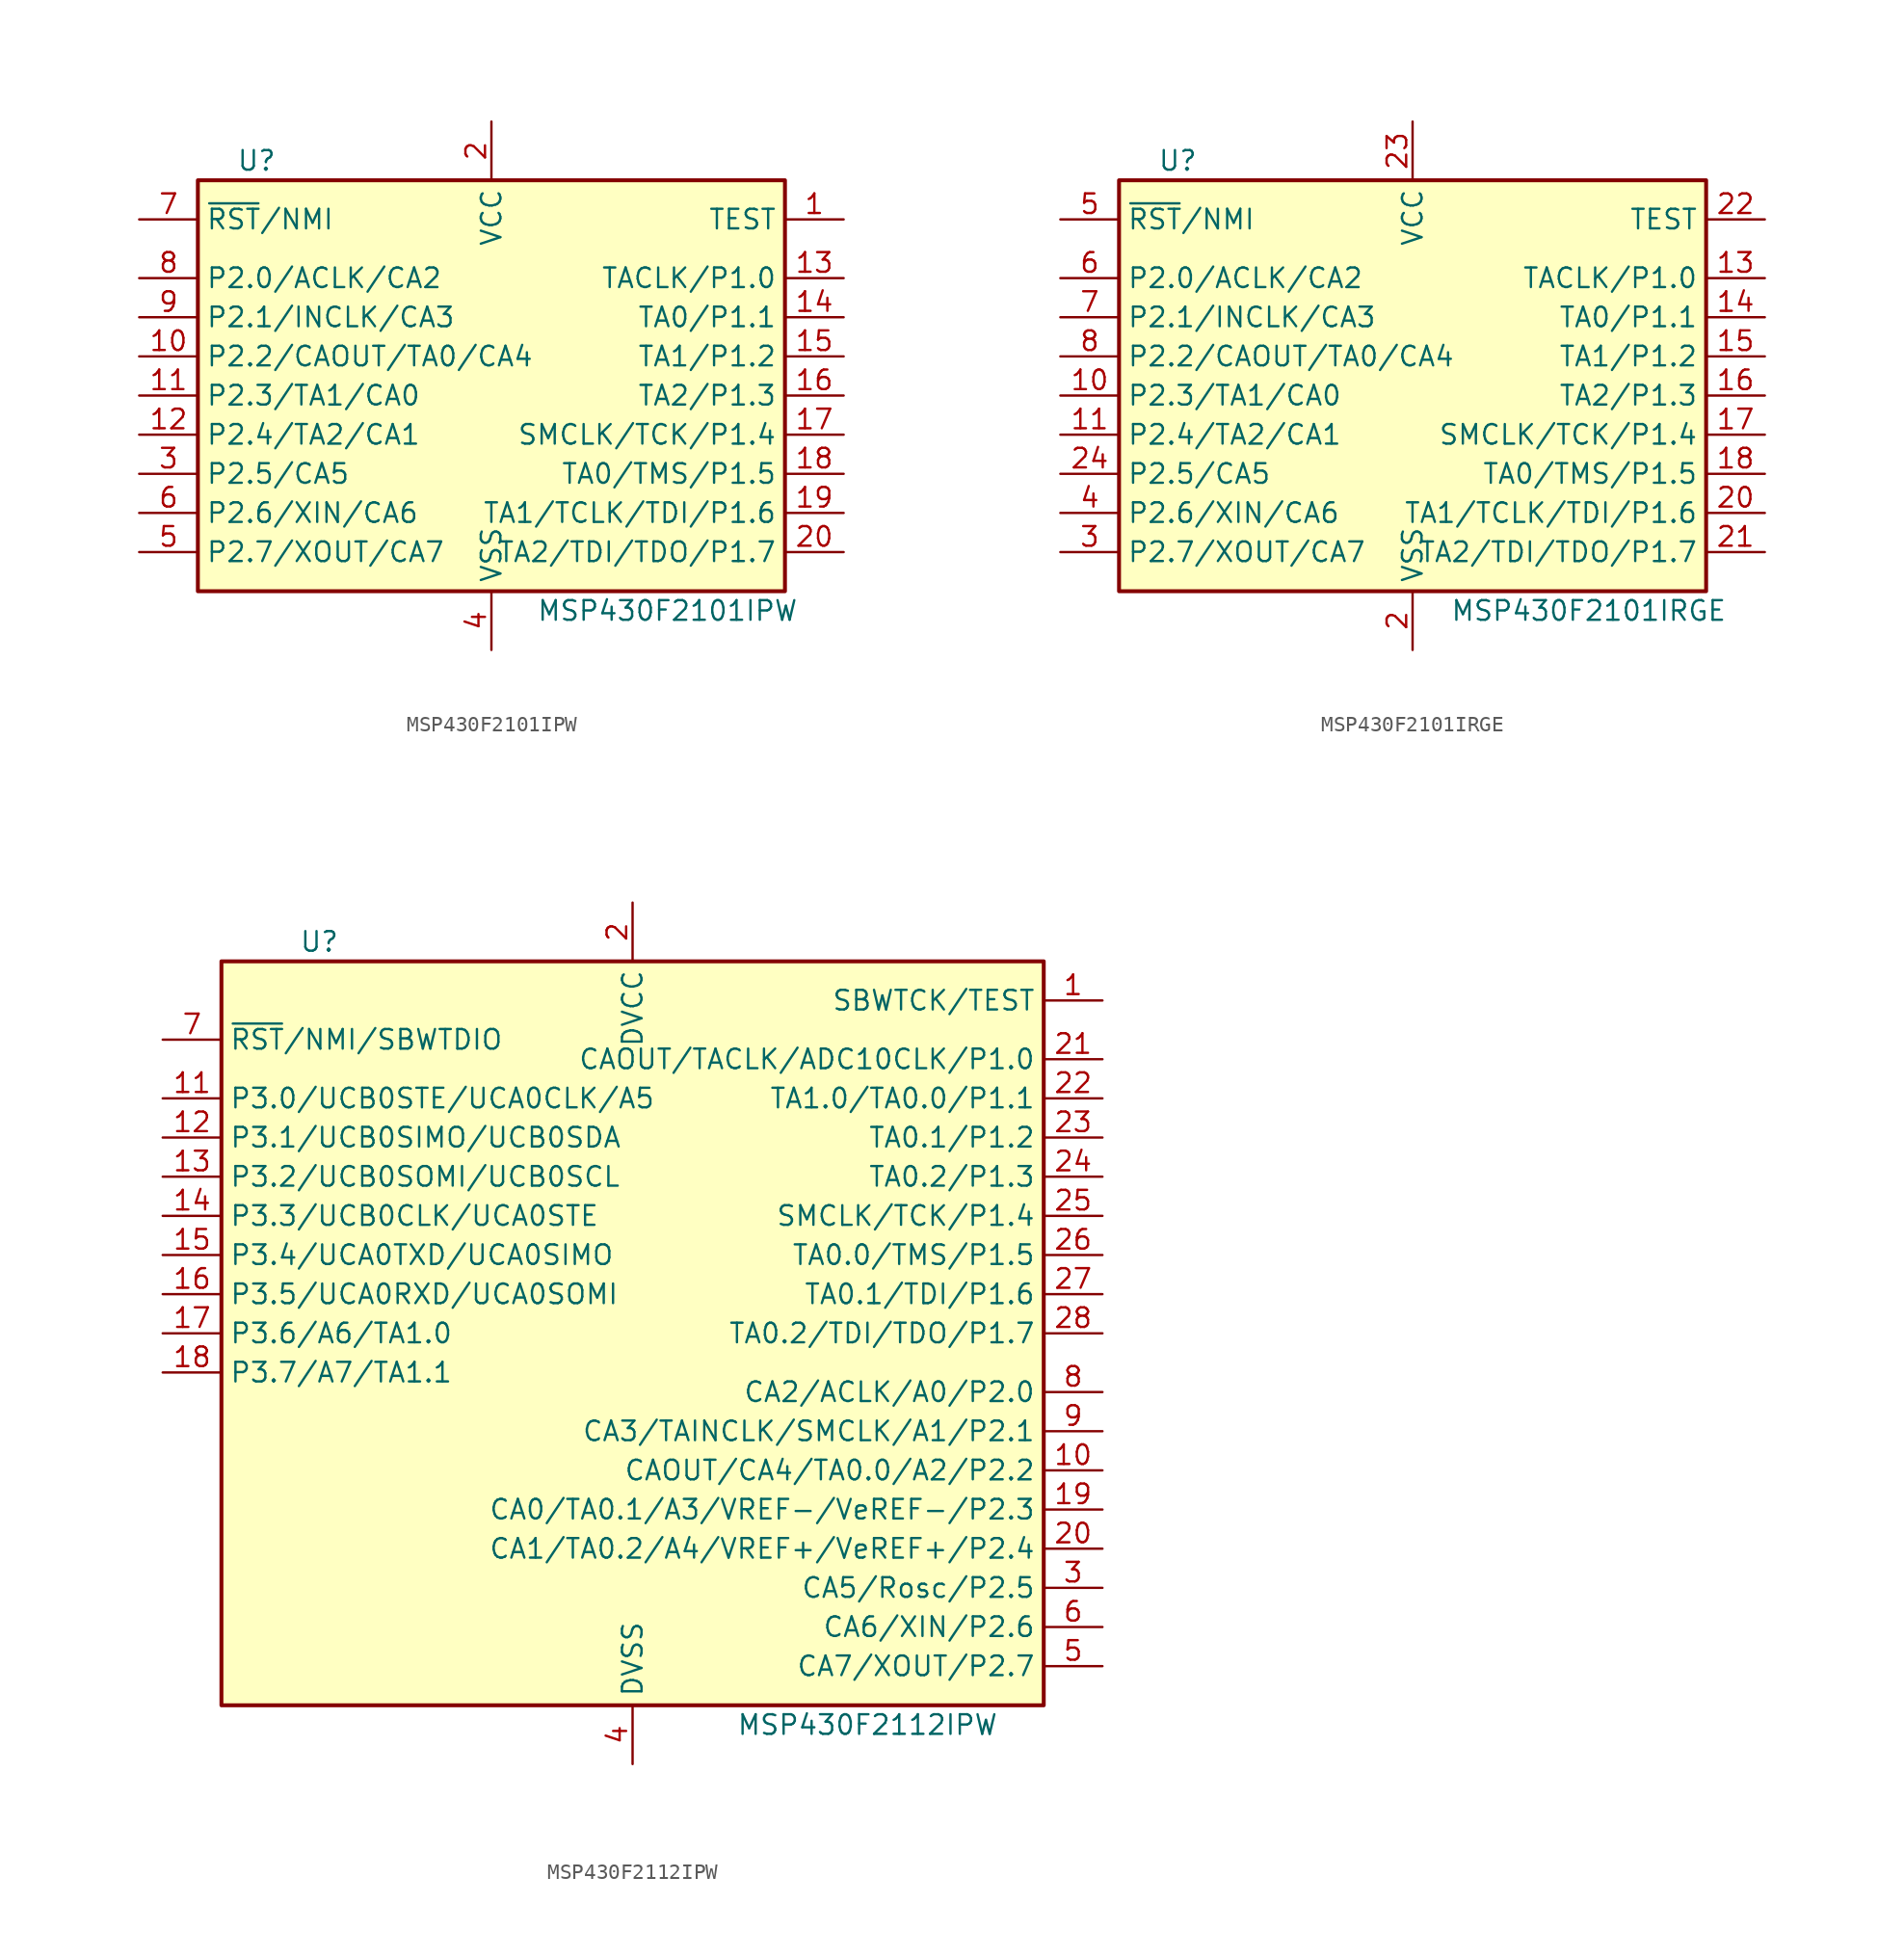
<source format=kicad_sym>
(kicad_symbol_lib
  (version 20201005)
  (generator kicad_symbol_editor)
  (symbol "MCU_Texas_MSP430:MSP430F2101IPW"
    (property "Reference" "U"
      (at -15.24 15.24 0)
      (effects (font (size 1.27 1.27))))
    (property "Value" "MSP430F2101IPW"
      (at 11.43 -13.97 0)
      (effects (font (size 1.27 1.27))))
    (symbol "MSP430F2101IPW_0_1"
      (rectangle (start -19.05 13.97) (end 19.05 -12.7) (stroke (width 0.254)) (fill (type background))))
    (symbol "MSP430F2101IPW_1_1"
      (pin input line (at 22.86 11.43 180) (length 3.81) (name "TEST" (effects (font (size 1.27 1.27)))) (number "1" (effects (font (size 1.27 1.27)))))
      (pin bidirectional line (at -22.86 2.54 0) (length 3.81) (name "P2.2/CAOUT/TA0/CA4" (effects (font (size 1.27 1.27)))) (number "10" (effects (font (size 1.27 1.27)))))
      (pin bidirectional line (at -22.86 0 0) (length 3.81) (name "P2.3/TA1/CA0" (effects (font (size 1.27 1.27)))) (number "11" (effects (font (size 1.27 1.27)))))
      (pin bidirectional line (at -22.86 -2.54 0) (length 3.81) (name "P2.4/TA2/CA1" (effects (font (size 1.27 1.27)))) (number "12" (effects (font (size 1.27 1.27)))))
      (pin bidirectional line (at 22.86 7.62 180) (length 3.81) (name "TACLK/P1.0" (effects (font (size 1.27 1.27)))) (number "13" (effects (font (size 1.27 1.27)))))
      (pin bidirectional line (at 22.86 5.08 180) (length 3.81) (name "TA0/P1.1" (effects (font (size 1.27 1.27)))) (number "14" (effects (font (size 1.27 1.27)))))
      (pin bidirectional line (at 22.86 2.54 180) (length 3.81) (name "TA1/P1.2" (effects (font (size 1.27 1.27)))) (number "15" (effects (font (size 1.27 1.27)))))
      (pin bidirectional line (at 22.86 0 180) (length 3.81) (name "TA2/P1.3" (effects (font (size 1.27 1.27)))) (number "16" (effects (font (size 1.27 1.27)))))
      (pin bidirectional line (at 22.86 -2.54 180) (length 3.81) (name "SMCLK/TCK/P1.4" (effects (font (size 1.27 1.27)))) (number "17" (effects (font (size 1.27 1.27)))))
      (pin bidirectional line (at 22.86 -5.08 180) (length 3.81) (name "TA0/TMS/P1.5" (effects (font (size 1.27 1.27)))) (number "18" (effects (font (size 1.27 1.27)))))
      (pin bidirectional line (at 22.86 -7.62 180) (length 3.81) (name "TA1/TCLK/TDI/P1.6" (effects (font (size 1.27 1.27)))) (number "19" (effects (font (size 1.27 1.27)))))
      (pin power_in line (at 0 17.78 270) (length 3.81) (name "VCC" (effects (font (size 1.27 1.27)))) (number "2" (effects (font (size 1.27 1.27)))))
      (pin bidirectional line (at 22.86 -10.16 180) (length 3.81) (name "TA2/TDI/TDO/P1.7" (effects (font (size 1.27 1.27)))) (number "20" (effects (font (size 1.27 1.27)))))
      (pin bidirectional line (at -22.86 -5.08 0) (length 3.81) (name "P2.5/CA5" (effects (font (size 1.27 1.27)))) (number "3" (effects (font (size 1.27 1.27)))))
      (pin power_in line (at 0 -16.51 90) (length 3.81) (name "VSS" (effects (font (size 1.27 1.27)))) (number "4" (effects (font (size 1.27 1.27)))))
      (pin bidirectional line (at -22.86 -10.16 0) (length 3.81) (name "P2.7/XOUT/CA7" (effects (font (size 1.27 1.27)))) (number "5" (effects (font (size 1.27 1.27)))))
      (pin bidirectional line (at -22.86 -7.62 0) (length 3.81) (name "P2.6/XIN/CA6" (effects (font (size 1.27 1.27)))) (number "6" (effects (font (size 1.27 1.27)))))
      (pin input line (at -22.86 11.43 0) (length 3.81) (name "~RST~/NMI" (effects (font (size 1.27 1.27)))) (number "7" (effects (font (size 1.27 1.27)))))
      (pin bidirectional line (at -22.86 7.62 0) (length 3.81) (name "P2.0/ACLK/CA2" (effects (font (size 1.27 1.27)))) (number "8" (effects (font (size 1.27 1.27)))))
      (pin bidirectional line (at -22.86 5.08 0) (length 3.81) (name "P2.1/INCLK/CA3" (effects (font (size 1.27 1.27)))) (number "9" (effects (font (size 1.27 1.27)))))))
  (symbol "MCU_Texas_MSP430:MSP430F2101IRGE"
    (property "Reference" "U"
      (at -15.24 15.24 0)
      (effects (font (size 1.27 1.27))))
    (property "Value" "MSP430F2101IRGE"
      (at 11.43 -13.97 0)
      (effects (font (size 1.27 1.27))))
    (symbol "MSP430F2101IRGE_0_1"
      (rectangle (start -19.05 13.97) (end 19.05 -12.7) (stroke (width 0.254)) (fill (type background))))
    (symbol "MSP430F2101IRGE_1_1"
      (pin bidirectional line (at -22.86 0 0) (length 3.81) (name "P2.3/TA1/CA0" (effects (font (size 1.27 1.27)))) (number "10" (effects (font (size 1.27 1.27)))))
      (pin bidirectional line (at -22.86 -2.54 0) (length 3.81) (name "P2.4/TA2/CA1" (effects (font (size 1.27 1.27)))) (number "11" (effects (font (size 1.27 1.27)))))
      (pin bidirectional line (at 22.86 7.62 180) (length 3.81) (name "TACLK/P1.0" (effects (font (size 1.27 1.27)))) (number "13" (effects (font (size 1.27 1.27)))))
      (pin bidirectional line (at 22.86 5.08 180) (length 3.81) (name "TA0/P1.1" (effects (font (size 1.27 1.27)))) (number "14" (effects (font (size 1.27 1.27)))))
      (pin bidirectional line (at 22.86 2.54 180) (length 3.81) (name "TA1/P1.2" (effects (font (size 1.27 1.27)))) (number "15" (effects (font (size 1.27 1.27)))))
      (pin bidirectional line (at 22.86 0 180) (length 3.81) (name "TA2/P1.3" (effects (font (size 1.27 1.27)))) (number "16" (effects (font (size 1.27 1.27)))))
      (pin bidirectional line (at 22.86 -2.54 180) (length 3.81) (name "SMCLK/TCK/P1.4" (effects (font (size 1.27 1.27)))) (number "17" (effects (font (size 1.27 1.27)))))
      (pin bidirectional line (at 22.86 -5.08 180) (length 3.81) (name "TA0/TMS/P1.5" (effects (font (size 1.27 1.27)))) (number "18" (effects (font (size 1.27 1.27)))))
      (pin power_in line (at 0 -16.51 90) (length 3.81) (name "VSS" (effects (font (size 1.27 1.27)))) (number "2" (effects (font (size 1.27 1.27)))))
      (pin bidirectional line (at 22.86 -7.62 180) (length 3.81) (name "TA1/TCLK/TDI/P1.6" (effects (font (size 1.27 1.27)))) (number "20" (effects (font (size 1.27 1.27)))))
      (pin bidirectional line (at 22.86 -10.16 180) (length 3.81) (name "TA2/TDI/TDO/P1.7" (effects (font (size 1.27 1.27)))) (number "21" (effects (font (size 1.27 1.27)))))
      (pin input line (at 22.86 11.43 180) (length 3.81) (name "TEST" (effects (font (size 1.27 1.27)))) (number "22" (effects (font (size 1.27 1.27)))))
      (pin power_in line (at 0 17.78 270) (length 3.81) (name "VCC" (effects (font (size 1.27 1.27)))) (number "23" (effects (font (size 1.27 1.27)))))
      (pin bidirectional line (at -22.86 -5.08 0) (length 3.81) (name "P2.5/CA5" (effects (font (size 1.27 1.27)))) (number "24" (effects (font (size 1.27 1.27)))))
      (pin bidirectional line (at -22.86 -10.16 0) (length 3.81) (name "P2.7/XOUT/CA7" (effects (font (size 1.27 1.27)))) (number "3" (effects (font (size 1.27 1.27)))))
      (pin bidirectional line (at -22.86 -7.62 0) (length 3.81) (name "P2.6/XIN/CA6" (effects (font (size 1.27 1.27)))) (number "4" (effects (font (size 1.27 1.27)))))
      (pin input line (at -22.86 11.43 0) (length 3.81) (name "~RST~/NMI" (effects (font (size 1.27 1.27)))) (number "5" (effects (font (size 1.27 1.27)))))
      (pin bidirectional line (at -22.86 7.62 0) (length 3.81) (name "P2.0/ACLK/CA2" (effects (font (size 1.27 1.27)))) (number "6" (effects (font (size 1.27 1.27)))))
      (pin bidirectional line (at -22.86 5.08 0) (length 3.81) (name "P2.1/INCLK/CA3" (effects (font (size 1.27 1.27)))) (number "7" (effects (font (size 1.27 1.27)))))
      (pin bidirectional line (at -22.86 2.54 0) (length 3.81) (name "P2.2/CAOUT/TA0/CA4" (effects (font (size 1.27 1.27)))) (number "8" (effects (font (size 1.27 1.27)))))))
  (symbol "MCU_Texas_MSP430:MSP430F2112IPW"
    (property "Reference" "U"
      (at -20.32 25.4 0)
      (effects (font (size 1.27 1.27))))
    (property "Value" "MSP430F2112IPW"
      (at 15.24 -25.4 0)
      (effects (font (size 1.27 1.27))))
    (symbol "MSP430F2112IPW_0_1"
      (rectangle (start -26.67 24.13) (end 26.67 -24.13) (stroke (width 0.254)) (fill (type background))))
    (symbol "MSP430F2112IPW_1_1"
      (pin input line (at 30.48 21.59 180) (length 3.81) (name "SBWTCK/TEST" (effects (font (size 1.27 1.27)))) (number "1" (effects (font (size 1.27 1.27)))))
      (pin bidirectional line (at 30.48 -8.89 180) (length 3.81) (name "CAOUT/CA4/TA0.0/A2/P2.2" (effects (font (size 1.27 1.27)))) (number "10" (effects (font (size 1.27 1.27)))))
      (pin bidirectional line (at -30.48 15.24 0) (length 3.81) (name "P3.0/UCB0STE/UCA0CLK/A5" (effects (font (size 1.27 1.27)))) (number "11" (effects (font (size 1.27 1.27)))))
      (pin bidirectional line (at -30.48 12.7 0) (length 3.81) (name "P3.1/UCB0SIMO/UCB0SDA" (effects (font (size 1.27 1.27)))) (number "12" (effects (font (size 1.27 1.27)))))
      (pin bidirectional line (at -30.48 10.16 0) (length 3.81) (name "P3.2/UCB0SOMI/UCB0SCL" (effects (font (size 1.27 1.27)))) (number "13" (effects (font (size 1.27 1.27)))))
      (pin bidirectional line (at -30.48 7.62 0) (length 3.81) (name "P3.3/UCB0CLK/UCA0STE" (effects (font (size 1.27 1.27)))) (number "14" (effects (font (size 1.27 1.27)))))
      (pin bidirectional line (at -30.48 5.08 0) (length 3.81) (name "P3.4/UCA0TXD/UCA0SIMO" (effects (font (size 1.27 1.27)))) (number "15" (effects (font (size 1.27 1.27)))))
      (pin bidirectional line (at -30.48 2.54 0) (length 3.81) (name "P3.5/UCA0RXD/UCA0SOMI" (effects (font (size 1.27 1.27)))) (number "16" (effects (font (size 1.27 1.27)))))
      (pin bidirectional line (at -30.48 0 0) (length 3.81) (name "P3.6/A6/TA1.0" (effects (font (size 1.27 1.27)))) (number "17" (effects (font (size 1.27 1.27)))))
      (pin bidirectional line (at -30.48 -2.54 0) (length 3.81) (name "P3.7/A7/TA1.1" (effects (font (size 1.27 1.27)))) (number "18" (effects (font (size 1.27 1.27)))))
      (pin bidirectional line (at 30.48 -11.43 180) (length 3.81) (name "CA0/TA0.1/A3/VREF-/VeREF-/P2.3" (effects (font (size 1.27 1.27)))) (number "19" (effects (font (size 1.27 1.27)))))
      (pin power_in line (at 0 27.94 270) (length 3.81) (name "DVCC" (effects (font (size 1.27 1.27)))) (number "2" (effects (font (size 1.27 1.27)))))
      (pin bidirectional line (at 30.48 -13.97 180) (length 3.81) (name "CA1/TA0.2/A4/VREF+/VeREF+/P2.4" (effects (font (size 1.27 1.27)))) (number "20" (effects (font (size 1.27 1.27)))))
      (pin bidirectional line (at 30.48 17.78 180) (length 3.81) (name "CAOUT/TACLK/ADC10CLK/P1.0" (effects (font (size 1.27 1.27)))) (number "21" (effects (font (size 1.27 1.27)))))
      (pin bidirectional line (at 30.48 15.24 180) (length 3.81) (name "TA1.0/TA0.0/P1.1" (effects (font (size 1.27 1.27)))) (number "22" (effects (font (size 1.27 1.27)))))
      (pin bidirectional line (at 30.48 12.7 180) (length 3.81) (name "TA0.1/P1.2" (effects (font (size 1.27 1.27)))) (number "23" (effects (font (size 1.27 1.27)))))
      (pin bidirectional line (at 30.48 10.16 180) (length 3.81) (name "TA0.2/P1.3" (effects (font (size 1.27 1.27)))) (number "24" (effects (font (size 1.27 1.27)))))
      (pin bidirectional line (at 30.48 7.62 180) (length 3.81) (name "SMCLK/TCK/P1.4" (effects (font (size 1.27 1.27)))) (number "25" (effects (font (size 1.27 1.27)))))
      (pin bidirectional line (at 30.48 5.08 180) (length 3.81) (name "TA0.0/TMS/P1.5" (effects (font (size 1.27 1.27)))) (number "26" (effects (font (size 1.27 1.27)))))
      (pin bidirectional line (at 30.48 2.54 180) (length 3.81) (name "TA0.1/TDI/P1.6" (effects (font (size 1.27 1.27)))) (number "27" (effects (font (size 1.27 1.27)))))
      (pin bidirectional line (at 30.48 0 180) (length 3.81) (name "TA0.2/TDI/TDO/P1.7" (effects (font (size 1.27 1.27)))) (number "28" (effects (font (size 1.27 1.27)))))
      (pin bidirectional line (at 30.48 -16.51 180) (length 3.81) (name "CA5/Rosc/P2.5" (effects (font (size 1.27 1.27)))) (number "3" (effects (font (size 1.27 1.27)))))
      (pin power_in line (at 0 -27.94 90) (length 3.81) (name "DVSS" (effects (font (size 1.27 1.27)))) (number "4" (effects (font (size 1.27 1.27)))))
      (pin bidirectional line (at 30.48 -21.59 180) (length 3.81) (name "CA7/XOUT/P2.7" (effects (font (size 1.27 1.27)))) (number "5" (effects (font (size 1.27 1.27)))))
      (pin bidirectional line (at 30.48 -19.05 180) (length 3.81) (name "CA6/XIN/P2.6" (effects (font (size 1.27 1.27)))) (number "6" (effects (font (size 1.27 1.27)))))
      (pin bidirectional line (at -30.48 19.05 0) (length 3.81) (name "~RST~/NMI/SBWTDIO" (effects (font (size 1.27 1.27)))) (number "7" (effects (font (size 1.27 1.27)))))
      (pin bidirectional line (at 30.48 -3.81 180) (length 3.81) (name "CA2/ACLK/A0/P2.0" (effects (font (size 1.27 1.27)))) (number "8" (effects (font (size 1.27 1.27)))))
      (pin bidirectional line (at 30.48 -6.35 180) (length 3.81) (name "CA3/TAINCLK/SMCLK/A1/P2.1" (effects (font (size 1.27 1.27)))) (number "9" (effects (font (size 1.27 1.27))))))))
</source>
